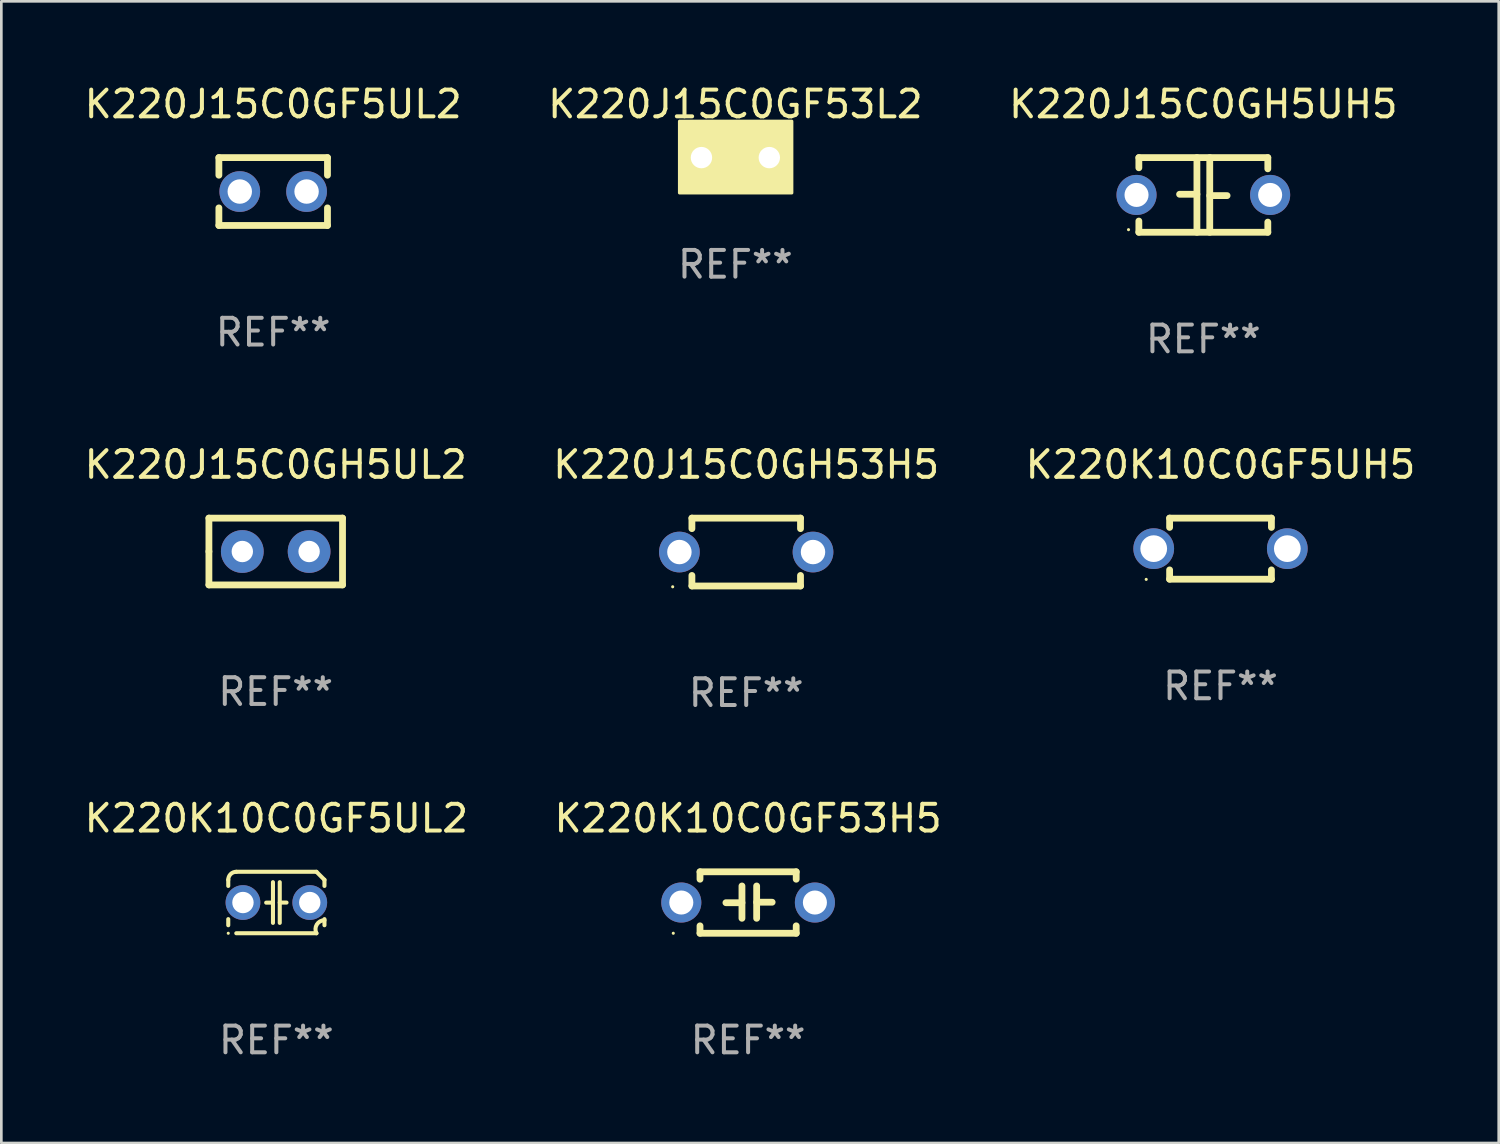
<source format=kicad_pcb>
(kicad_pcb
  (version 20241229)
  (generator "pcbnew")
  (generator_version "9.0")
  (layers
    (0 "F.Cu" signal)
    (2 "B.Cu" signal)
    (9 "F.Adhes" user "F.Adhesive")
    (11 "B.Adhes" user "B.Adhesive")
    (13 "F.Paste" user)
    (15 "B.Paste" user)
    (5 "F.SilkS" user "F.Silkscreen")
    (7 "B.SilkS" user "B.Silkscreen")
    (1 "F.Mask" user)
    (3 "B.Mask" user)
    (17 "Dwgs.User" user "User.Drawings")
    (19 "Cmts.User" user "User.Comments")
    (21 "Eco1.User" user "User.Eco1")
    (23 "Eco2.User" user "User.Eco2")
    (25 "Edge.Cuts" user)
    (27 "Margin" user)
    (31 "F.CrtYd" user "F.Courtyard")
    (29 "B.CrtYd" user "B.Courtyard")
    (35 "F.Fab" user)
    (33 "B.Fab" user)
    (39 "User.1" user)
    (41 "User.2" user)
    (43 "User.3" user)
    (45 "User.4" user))
  (footprint "K220J15C0GF5UL2"
    (layer "F.Cu")
    (at 7.173 4.118)
    (property "Reference" "K220J15C0GF5UL2" (at 0 -3.27 0) (layer "F.SilkS") (effects (font (size 1 1) (thickness 0.15))))
    (attr through_hole)
    (fp_line (start -2.032 -1.27) (end -2.032 -0.611) (stroke (width 0.254) (type solid)) (layer "F.SilkS"))
    (fp_line (start -2.032 0.611) (end -2.032 1.27) (stroke (width 0.254) (type solid)) (layer "F.SilkS"))
    (fp_line (start -2.032 1.27) (end 2.032 1.27) (stroke (width 0.254) (type solid)) (layer "F.SilkS"))
    (fp_line (start 2.032 -1.27) (end -2.032 -1.27) (stroke (width 0.254) (type solid)) (layer "F.SilkS"))
    (fp_line (start 2.032 -0.611) (end 2.032 -1.27) (stroke (width 0.254) (type solid)) (layer "F.SilkS"))
    (fp_line (start 2.032 1.27) (end 2.032 0.611) (stroke (width 0.254) (type solid)) (layer "F.SilkS"))
    (fp_circle (center -2 1.3) (end -1.97 1.3) (stroke (width 0.06) (type solid)) (fill no) (layer "F.SilkS"))
    (fp_text user "REF**" (at 0 5.27 0) (layer "F.Fab") (effects (font (size 1 1) (thickness 0.15))))
    (pad "1" thru_hole circle (at -1.25 0) (size 1.524 1.524) (drill 0.914) (layers "*.Cu" "*.Mask"))
    (pad "2" thru_hole circle (at 1.25 0) (size 1.524 1.524) (drill 0.914) (layers "*.Cu" "*.Mask")))
  (footprint "K220J15C0GH5UH5"
    (layer "F.Cu")
    (at 41.982 4.245)
    (property "Reference" "K220J15C0GH5UH5" (at 0 -3.397 0) (layer "F.SilkS") (effects (font (size 1 1) (thickness 0.15))))
    (attr through_hole)
    (fp_line (start -2.413 -1.397) (end 2.413 -1.397) (stroke (width 0.254) (type solid)) (layer "F.SilkS"))
    (fp_line (start -2.413 -1.016) (end -2.413 -1.397) (stroke (width 0.254) (type solid)) (layer "F.SilkS"))
    (fp_line (start -2.413 0.977) (end -2.413 1.397) (stroke (width 0.254) (type solid)) (layer "F.SilkS"))
    (fp_line (start -0.24 -0.025) (end -0.889 -0.025) (stroke (width 0.254) (type solid)) (layer "F.SilkS"))
    (fp_line (start -0.24 1.397) (end -0.24 -1.397) (stroke (width 0.254) (type solid)) (layer "F.SilkS"))
    (fp_line (start 0.24 -1.397) (end 0.24 1.397) (stroke (width 0.254) (type solid)) (layer "F.SilkS"))
    (fp_line (start 0.24 0.025) (end 0.889 0.025) (stroke (width 0.254) (type solid)) (layer "F.SilkS"))
    (fp_line (start 2.413 -0.977) (end 2.413 -1.397) (stroke (width 0.254) (type solid)) (layer "F.SilkS"))
    (fp_line (start 2.413 1.016) (end 2.413 1.397) (stroke (width 0.254) (type solid)) (layer "F.SilkS"))
    (fp_line (start 2.413 1.397) (end -2.413 1.397) (stroke (width 0.254) (type solid)) (layer "F.SilkS"))
    (fp_circle (center -2.8 1.3) (end -2.77 1.3) (stroke (width 0.06) (type solid)) (fill no) (layer "F.SilkS"))
    (fp_text user "REF**" (at 0 5.397 0) (layer "F.Fab") (effects (font (size 1 1) (thickness 0.15))))
    (pad "1" thru_hole circle (at -2.5 0) (size 1.5 1.5) (drill 0.9) (layers "*.Cu" "*.Mask"))
    (pad "2" thru_hole circle (at 2.5 0) (size 1.5 1.5) (drill 0.9) (layers "*.Cu" "*.Mask")))
  (footprint "K220J15C0GH5UL2"
    (layer "F.Cu")
    (at 7.268 17.589)
    (property "Reference" "K220J15C0GH5UL2" (at 0 -3.25 0) (layer "F.SilkS") (effects (font (size 1 1) (thickness 0.15))))
    (attr through_hole)
    (fp_line (start -2.5 -1.25) (end 2.5 -1.25) (stroke (width 0.254) (type solid)) (layer "F.SilkS"))
    (fp_line (start -2.5 0) (end -2.5 -1.25) (stroke (width 0.254) (type solid)) (layer "F.SilkS"))
    (fp_line (start -2.5 1.25) (end -2.5 0) (stroke (width 0.254) (type solid)) (layer "F.SilkS"))
    (fp_line (start 2.5 -1.25) (end 2.5 1.25) (stroke (width 0.254) (type solid)) (layer "F.SilkS"))
    (fp_line (start 2.5 1.25) (end -2.5 1.25) (stroke (width 0.254) (type solid)) (layer "F.SilkS"))
    (fp_circle (center -2.5 1.25) (end -2.47 1.25) (stroke (width 0.06) (type solid)) (fill no) (layer "F.SilkS"))
    (fp_text user "REF**" (at 0 5.25 0) (layer "F.Fab") (effects (font (size 1 1) (thickness 0.15))))
    (pad "1" thru_hole circle (at -1.25 0) (size 1.6 1.6) (drill 0.8) (layers "*.Cu" "*.Mask"))
    (pad "2" thru_hole circle (at 1.25 0) (size 1.6 1.6) (drill 0.8) (layers "*.Cu" "*.Mask")))
  (footprint "K220J15C0GF53L2"
    (layer "F.Cu")
    (at 24.47 2.848)
    (property "Reference" "K220J15C0GF53L2" (at 0 -2 0) (layer "F.SilkS") (effects (font (size 1 1) (thickness 0.15))))
    (attr through_hole)
    (fp_circle (center -2 1.3) (end -1.97 1.3) (stroke (width 0.06) (type solid)) (fill no) (layer "F.SilkS"))
    (fp_poly (pts (xy -2.09 -1.36) (xy 2.11 -1.36) (xy 2.11 1.32) (xy -2.09 1.32)) (stroke (width 0.12) (type solid)) (fill yes) (layer "F.SilkS"))
    (fp_text user "REF**" (at 0 4 0) (layer "F.Fab") (effects (font (size 1 1) (thickness 0.15))))
    (pad "1" thru_hole circle (at -1.27 0) (size 1.4 1.4) (drill 0.8) (layers "*.Cu" "*.Mask"))
    (pad "2" thru_hole circle (at 1.27 0) (size 1.4 1.4) (drill 0.8) (layers "*.Cu" "*.Mask")))
  (footprint "K220K10C0GF5UL2"
    (layer "F.Cu")
    (at 7.292 30.725)
    (property "Reference" "K220K10C0GF5UL2" (at 0 -3.15 0) (layer "F.SilkS") (effects (font (size 1 1) (thickness 0.15))))
    (attr through_hole)
    (fp_line (start -1.8 -0.621) (end -1.8 -0.85) (stroke (width 0.152) (type solid)) (layer "F.SilkS"))
    (fp_line (start -1.8 0.85) (end -1.8 0.621) (stroke (width 0.152) (type solid)) (layer "F.SilkS"))
    (fp_line (start -1.5 -1.15) (end 1.5 -1.15) (stroke (width 0.152) (type solid)) (layer "F.SilkS"))
    (fp_line (start -0.127 -0.762) (end -0.127 0.762) (stroke (width 0.152) (type solid)) (layer "F.SilkS"))
    (fp_line (start -0.127 0.005) (end -0.381 0.005) (stroke (width 0.152) (type solid)) (layer "F.SilkS"))
    (fp_line (start 0.127 -0.762) (end 0.127 0.762) (stroke (width 0.152) (type solid)) (layer "F.SilkS"))
    (fp_line (start 0.127 0.002) (end 0.381 0.002) (stroke (width 0.152) (type solid)) (layer "F.SilkS"))
    (fp_line (start 1.5 1.15) (end -1.5 1.15) (stroke (width 0.152) (type solid)) (layer "F.SilkS"))
    (fp_line (start 1.8 -0.85) (end 1.8 -0.621) (stroke (width 0.152) (type solid)) (layer "F.SilkS"))
    (fp_line (start 1.8 0.621) (end 1.8 0.85) (stroke (width 0.152) (type solid)) (layer "F.SilkS"))
    (fp_arc (start -1.799975 -0.849987) (mid -1.712107 -1.062119) (end -1.499975 -1.149987) (stroke (width 0.151994) (type solid)) (layer "F.SilkS"))
    (fp_arc (start 1.499975 1.149987) (mid 1.513726 0.822359) (end 1.799975 0.662387) (stroke (width 0.151994) (type solid)) (layer "F.SilkS"))
    (fp_arc (start 1.500001 -1.149986) (mid 1.650015 -1.000001) (end 1.8 -0.849987) (stroke (width 0.151994) (type solid)) (layer "F.SilkS"))
    (fp_circle (center -1.8 1.15) (end -1.77 1.15) (stroke (width 0.06) (type solid)) (fill no) (layer "F.SilkS"))
    (fp_text user "REF**" (at 0 5.15 0) (layer "F.Fab") (effects (font (size 1 1) (thickness 0.15))))
    (pad "1" thru_hole circle (at -1.25 0) (size 1.3 1.3) (drill 0.8) (layers "*.Cu" "*.Mask"))
    (pad "2" thru_hole circle (at 1.25 0) (size 1.3 1.3) (drill 0.8) (layers "*.Cu" "*.Mask")))
  (footprint "K220K10C0GF53H5"
    (layer "F.Cu")
    (at 24.946 30.725)
    (property "Reference" "K220K10C0GF53H5" (at 0 -3.15 0) (layer "F.SilkS") (effects (font (size 1 1) (thickness 0.15))))
    (attr through_hole)
    (fp_line (start -1.8 -1.15) (end -1.8 -0.872) (stroke (width 0.254) (type solid)) (layer "F.SilkS"))
    (fp_line (start -1.8 -1.15) (end 1.8 -1.15) (stroke (width 0.254) (type solid)) (layer "F.SilkS"))
    (fp_line (start -1.8 0.872) (end -1.8 1.15) (stroke (width 0.254) (type solid)) (layer "F.SilkS"))
    (fp_line (start -1.8 1.15) (end 1.8 1.15) (stroke (width 0.254) (type solid)) (layer "F.SilkS"))
    (fp_line (start -0.23 -0.62) (end -0.23 0.59) (stroke (width 0.254) (type solid)) (layer "F.SilkS"))
    (fp_line (start -0.23 0.007) (end -0.83 0.007) (stroke (width 0.254) (type solid)) (layer "F.SilkS"))
    (fp_line (start 0.32 -0.62) (end 0.32 0.59) (stroke (width 0.254) (type solid)) (layer "F.SilkS"))
    (fp_line (start 0.32 -0.012) (end 0.9 -0.012) (stroke (width 0.254) (type solid)) (layer "F.SilkS"))
    (fp_line (start 1.8 -1.15) (end 1.8 -0.872) (stroke (width 0.254) (type solid)) (layer "F.SilkS"))
    (fp_line (start 1.8 0.872) (end 1.8 1.15) (stroke (width 0.254) (type solid)) (layer "F.SilkS"))
    (fp_circle (center -2.8 1.15) (end -2.77 1.15) (stroke (width 0.06) (type solid)) (fill no) (layer "F.SilkS"))
    (fp_text user "REF**" (at 0 5.15 0) (layer "F.Fab") (effects (font (size 1 1) (thickness 0.15))))
    (pad "1" thru_hole circle (at -2.5 0) (size 1.5 1.5) (drill 0.9) (layers "*.Cu" "*.Mask"))
    (pad "2" thru_hole circle (at 2.5 0) (size 1.5 1.5) (drill 0.9) (layers "*.Cu" "*.Mask")))
  (footprint "K220K10C0GF5UH5"
    (layer "F.Cu")
    (at 42.625 17.482)
    (property "Reference" "K220K10C0GF5UH5" (at 0 -3.143 0) (layer "F.SilkS") (effects (font (size 1 1) (thickness 0.15))))
    (attr through_hole)
    (fp_line (start -1.905 -1.143) (end 1.905 -1.143) (stroke (width 0.254) (type solid)) (layer "F.SilkS"))
    (fp_line (start -1.905 -0.795) (end -1.905 -1.143) (stroke (width 0.254) (type solid)) (layer "F.SilkS"))
    (fp_line (start -1.905 1.143) (end -1.905 0.795) (stroke (width 0.254) (type solid)) (layer "F.SilkS"))
    (fp_line (start 1.905 -1.143) (end 1.905 -0.795) (stroke (width 0.254) (type solid)) (layer "F.SilkS"))
    (fp_line (start 1.905 0.795) (end 1.905 1.143) (stroke (width 0.254) (type solid)) (layer "F.SilkS"))
    (fp_line (start 1.905 1.143) (end -1.905 1.143) (stroke (width 0.254) (type solid)) (layer "F.SilkS"))
    (fp_circle (center -2.781 1.15) (end -2.751 1.15) (stroke (width 0.06) (type solid)) (fill no) (layer "F.SilkS"))
    (fp_text user "REF**" (at 0 5.143 0) (layer "F.Fab") (effects (font (size 1 1) (thickness 0.15))))
    (pad "1" thru_hole circle (at -2.5 0) (size 1.524 1.524) (drill 1) (layers "*.Cu" "*.Mask"))
    (pad "2" thru_hole circle (at 2.5 0) (size 1.524 1.524) (drill 1) (layers "*.Cu" "*.Mask")))
  (footprint "K220J15C0GH53H5"
    (layer "F.Cu")
    (at 24.875 17.609)
    (property "Reference" "K220J15C0GH53H5" (at 0 -3.27 0) (layer "F.SilkS") (effects (font (size 1 1) (thickness 0.15))))
    (attr through_hole)
    (fp_line (start -2.032 -1.27) (end -2.032 -0.876) (stroke (width 0.254) (type solid)) (layer "F.SilkS"))
    (fp_line (start -2.032 0.876) (end -2.032 1.27) (stroke (width 0.254) (type solid)) (layer "F.SilkS"))
    (fp_line (start -2.032 1.27) (end 2.032 1.27) (stroke (width 0.254) (type solid)) (layer "F.SilkS"))
    (fp_line (start 2.032 -1.27) (end -2.032 -1.27) (stroke (width 0.254) (type solid)) (layer "F.SilkS"))
    (fp_line (start 2.032 -0.876) (end 2.032 -1.27) (stroke (width 0.254) (type solid)) (layer "F.SilkS"))
    (fp_line (start 2.032 1.27) (end 2.032 0.876) (stroke (width 0.254) (type solid)) (layer "F.SilkS"))
    (fp_circle (center -2.751 1.3) (end -2.721 1.3) (stroke (width 0.06) (type solid)) (fill no) (layer "F.SilkS"))
    (fp_text user "REF**" (at 0 5.27 0) (layer "F.Fab") (effects (font (size 1 1) (thickness 0.15))))
    (pad "1" thru_hole circle (at -2.5 0) (size 1.524 1.524) (drill 0.914) (layers "*.Cu" "*.Mask"))
    (pad "2" thru_hole circle (at 2.5 0) (size 1.524 1.524) (drill 0.914) (layers "*.Cu" "*.Mask")))
  (gr_rect
    (start -3 -3)
    (end 53.036 39.724)
    (stroke (width 0.1) (type default))
    (fill no)
    (layer "Edge.Cuts")))
</source>
